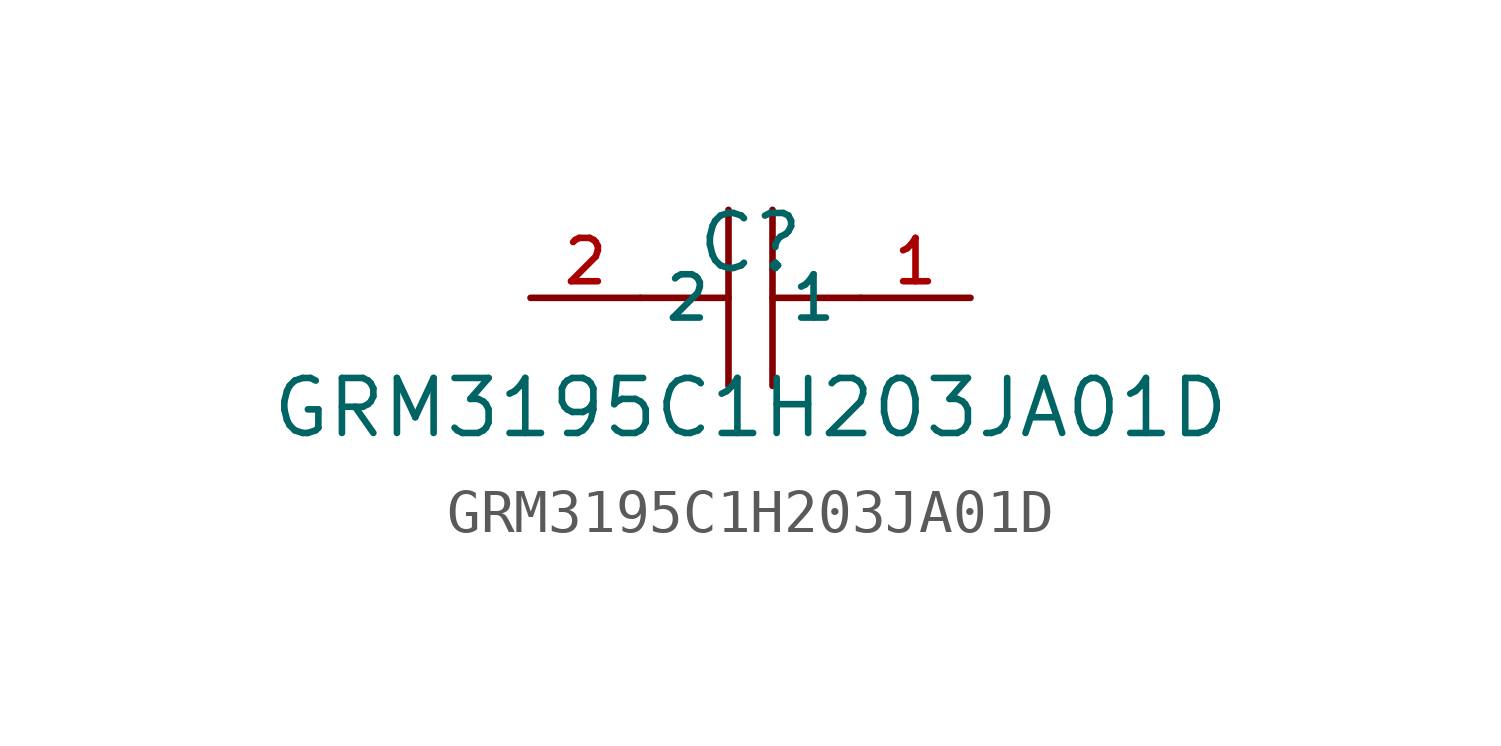
<source format=kicad_sym>
(kicad_symbol_lib
  (version 20210201)
  (generator TousstNicolas/JLC2KiCad_lib)
  (symbol "GRM3195C1H203JA01D"
    (property "Reference" "C"
      (at 0 1.27 0)
      (effects (font (size 1.27 1.27))))
    (property "Value" "GRM3195C1H203JA01D"
      (at 0 -2.54 0)
      (effects (font (size 1.27 1.27))))
    (symbol "GRM3195C1H203JA01D_0_1"
      (polyline (pts (xy 0.508 -0.0) (xy 2.54 -0.0)) (stroke (width 0) (type default) (color 0 0 0 0)) (fill (type none)))
      (pin unspecified line (at -5.08 -0.0 0) (length 2.54) (name "2" (effects (font (size 1 1)))) (number "2" (effects (font (size 1 1)))))
      (polyline (pts (xy -0.508 -2.032) (xy -0.508 2.032)) (stroke (width 0) (type default) (color 0 0 0 0)) (fill (type none)))
      (polyline (pts (xy -2.54 -0.0) (xy -0.508 -0.0)) (stroke (width 0) (type default) (color 0 0 0 0)) (fill (type none)))
      (pin unspecified line (at 5.08 -0.0 180) (length 2.54) (name "1" (effects (font (size 1 1)))) (number "1" (effects (font (size 1 1)))))
      (polyline (pts (xy 0.508 2.032) (xy 0.508 -2.032)) (stroke (width 0) (type default) (color 0 0 0 0)) (fill (type none))))))
</source>
